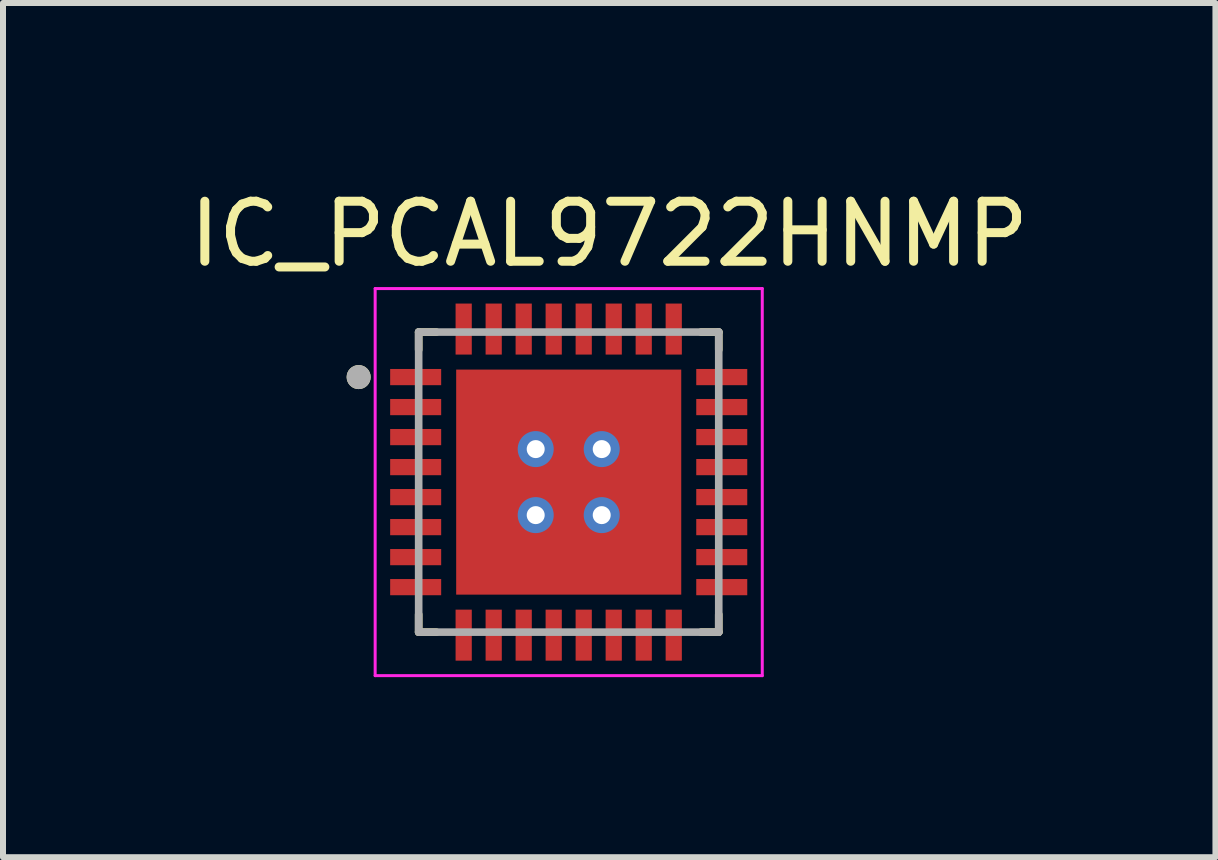
<source format=kicad_pcb>
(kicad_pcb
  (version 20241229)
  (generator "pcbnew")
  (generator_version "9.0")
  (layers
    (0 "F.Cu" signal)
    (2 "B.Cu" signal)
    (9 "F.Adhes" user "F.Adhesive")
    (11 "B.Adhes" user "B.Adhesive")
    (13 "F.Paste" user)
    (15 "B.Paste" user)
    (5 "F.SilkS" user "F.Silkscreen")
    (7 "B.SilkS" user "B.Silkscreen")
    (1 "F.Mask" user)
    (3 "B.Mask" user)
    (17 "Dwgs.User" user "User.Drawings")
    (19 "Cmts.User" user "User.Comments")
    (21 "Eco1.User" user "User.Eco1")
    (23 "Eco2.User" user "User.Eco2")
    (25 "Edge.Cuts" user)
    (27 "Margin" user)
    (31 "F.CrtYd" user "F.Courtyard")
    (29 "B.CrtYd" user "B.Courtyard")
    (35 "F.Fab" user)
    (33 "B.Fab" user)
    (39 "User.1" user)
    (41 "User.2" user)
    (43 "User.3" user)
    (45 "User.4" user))
  (footprint "IC_PCAL9722HNMP"
    (layer "F.Cu")
    (at 6.426 4.983)
    (property "Reference" "IC_PCAL9722HNMP" (at 0.675 -4.135 0) (layer "F.SilkS") (effects (font (size 1 1) (thickness 0.15))))
    (attr smd)
    (fp_line (start -2.5 -2.5) (end -2.205 -2.5) (stroke (width 0.127) (type solid)) (layer "F.SilkS"))
    (fp_line (start -2.5 -2.205) (end -2.5 -2.5) (stroke (width 0.127) (type solid)) (layer "F.SilkS"))
    (fp_line (start -2.5 2.5) (end -2.5 2.205) (stroke (width 0.127) (type solid)) (layer "F.SilkS"))
    (fp_line (start -2.205 2.5) (end -2.5 2.5) (stroke (width 0.127) (type solid)) (layer "F.SilkS"))
    (fp_line (start 2.205 -2.5) (end 2.5 -2.5) (stroke (width 0.127) (type solid)) (layer "F.SilkS"))
    (fp_line (start 2.5 -2.5) (end 2.5 -2.205) (stroke (width 0.127) (type solid)) (layer "F.SilkS"))
    (fp_line (start 2.5 2.5) (end 2.205 2.5) (stroke (width 0.127) (type solid)) (layer "F.SilkS"))
    (fp_line (start 2.5 2.5) (end 2.5 2.205) (stroke (width 0.127) (type solid)) (layer "F.SilkS"))
    (fp_circle (center -3.5 -1.75) (end -3.4 -1.75) (stroke (width 0.2) (type solid)) (fill no) (layer "F.SilkS"))
    (fp_poly (pts (xy -0.8 -1.1) (xy -0.8 -1.084) (xy -0.802 -1.069) (xy -0.804 -1.053) (xy -0.807 -1.038) (xy -0.81 -1.022) (xy -0.815 -1.007) (xy -0.82 -0.992) (xy -0.826 -0.978) (xy -0.833 -0.964) (xy -0.84 -0.95) (xy -0.848 -0.937) (xy -0.857 -0.924) (xy -0.867 -0.911) (xy -0.877 -0.899) (xy -0.888 -0.888) (xy -0.899 -0.877) (xy -0.911 -0.867) (xy -0.924 -0.857) (xy -0.937 -0.848) (xy -0.95 -0.84) (xy -0.964 -0.833) (xy -0.978 -0.826) (xy -0.992 -0.82) (xy -1.007 -0.815) (xy -1.022 -0.81) (xy -1.038 -0.807) (xy -1.053 -0.804) (xy -1.069 -0.802) (xy -1.084 -0.8) (xy -1.1 -0.8) (xy -1.116 -0.8) (xy -1.131 -0.802) (xy -1.147 -0.804) (xy -1.162 -0.807) (xy -1.178 -0.81) (xy -1.193 -0.815) (xy -1.208 -0.82) (xy -1.222 -0.826) (xy -1.236 -0.833) (xy -1.25 -0.84) (xy -1.263 -0.848) (xy -1.276 -0.857) (xy -1.289 -0.867) (xy -1.301 -0.877) (xy -1.312 -0.888) (xy -1.323 -0.899) (xy -1.333 -0.911) (xy -1.343 -0.924) (xy -1.352 -0.937) (xy -1.36 -0.95) (xy -1.367 -0.964) (xy -1.374 -0.978) (xy -1.38 -0.992) (xy -1.385 -1.007) (xy -1.39 -1.022) (xy -1.393 -1.038) (xy -1.396 -1.053) (xy -1.398 -1.069) (xy -1.4 -1.084) (xy -1.4 -1.1) (xy -1.4 -1.116) (xy -1.398 -1.131) (xy -1.396 -1.147) (xy -1.393 -1.162) (xy -1.39 -1.178) (xy -1.385 -1.193) (xy -1.38 -1.208) (xy -1.374 -1.222) (xy -1.367 -1.236) (xy -1.36 -1.25) (xy -1.352 -1.263) (xy -1.343 -1.276) (xy -1.333 -1.289) (xy -1.323 -1.301) (xy -1.312 -1.312) (xy -1.301 -1.323) (xy -1.289 -1.333) (xy -1.276 -1.343) (xy -1.263 -1.352) (xy -1.25 -1.36) (xy -1.236 -1.367) (xy -1.222 -1.374) (xy -1.208 -1.38) (xy -1.193 -1.385) (xy -1.178 -1.39) (xy -1.162 -1.393) (xy -1.147 -1.396) (xy -1.131 -1.398) (xy -1.116 -1.4) (xy -1.1 -1.4) (xy -1.084 -1.4) (xy -1.069 -1.398) (xy -1.053 -1.396) (xy -1.038 -1.393) (xy -1.022 -1.39) (xy -1.007 -1.385) (xy -0.992 -1.38) (xy -0.978 -1.374) (xy -0.964 -1.367) (xy -0.95 -1.36) (xy -0.937 -1.352) (xy -0.924 -1.343) (xy -0.911 -1.333) (xy -0.899 -1.323) (xy -0.888 -1.312) (xy -0.877 -1.301) (xy -0.867 -1.289) (xy -0.857 -1.276) (xy -0.848 -1.263) (xy -0.84 -1.25) (xy -0.833 -1.236) (xy -0.826 -1.222) (xy -0.82 -1.208) (xy -0.815 -1.193) (xy -0.81 -1.178) (xy -0.807 -1.162) (xy -0.804 -1.147) (xy -0.802 -1.131) (xy -0.8 -1.116) (xy -0.8 -1.1)) (stroke (width 0.01) (type solid)) (fill yes) (layer "F.Paste"))
    (fp_poly (pts (xy -0.8 0) (xy -0.8 0.016) (xy -0.802 0.031) (xy -0.804 0.047) (xy -0.807 0.062) (xy -0.81 0.078) (xy -0.815 0.093) (xy -0.82 0.108) (xy -0.826 0.122) (xy -0.833 0.136) (xy -0.84 0.15) (xy -0.848 0.163) (xy -0.857 0.176) (xy -0.867 0.189) (xy -0.877 0.201) (xy -0.888 0.212) (xy -0.899 0.223) (xy -0.911 0.233) (xy -0.924 0.243) (xy -0.937 0.252) (xy -0.95 0.26) (xy -0.964 0.267) (xy -0.978 0.274) (xy -0.992 0.28) (xy -1.007 0.285) (xy -1.022 0.29) (xy -1.038 0.293) (xy -1.053 0.296) (xy -1.069 0.298) (xy -1.084 0.3) (xy -1.1 0.3) (xy -1.116 0.3) (xy -1.131 0.298) (xy -1.147 0.296) (xy -1.162 0.293) (xy -1.178 0.29) (xy -1.193 0.285) (xy -1.208 0.28) (xy -1.222 0.274) (xy -1.236 0.267) (xy -1.25 0.26) (xy -1.263 0.252) (xy -1.276 0.243) (xy -1.289 0.233) (xy -1.301 0.223) (xy -1.312 0.212) (xy -1.323 0.201) (xy -1.333 0.189) (xy -1.343 0.176) (xy -1.352 0.163) (xy -1.36 0.15) (xy -1.367 0.136) (xy -1.374 0.122) (xy -1.38 0.108) (xy -1.385 0.093) (xy -1.39 0.078) (xy -1.393 0.062) (xy -1.396 0.047) (xy -1.398 0.031) (xy -1.4 0.016) (xy -1.4 0) (xy -1.4 -0.016) (xy -1.398 -0.031) (xy -1.396 -0.047) (xy -1.393 -0.062) (xy -1.39 -0.078) (xy -1.385 -0.093) (xy -1.38 -0.108) (xy -1.374 -0.122) (xy -1.367 -0.136) (xy -1.36 -0.15) (xy -1.352 -0.163) (xy -1.343 -0.176) (xy -1.333 -0.189) (xy -1.323 -0.201) (xy -1.312 -0.212) (xy -1.301 -0.223) (xy -1.289 -0.233) (xy -1.276 -0.243) (xy -1.263 -0.252) (xy -1.25 -0.26) (xy -1.236 -0.267) (xy -1.222 -0.274) (xy -1.208 -0.28) (xy -1.193 -0.285) (xy -1.178 -0.29) (xy -1.162 -0.293) (xy -1.147 -0.296) (xy -1.131 -0.298) (xy -1.116 -0.3) (xy -1.1 -0.3) (xy -1.084 -0.3) (xy -1.069 -0.298) (xy -1.053 -0.296) (xy -1.038 -0.293) (xy -1.022 -0.29) (xy -1.007 -0.285) (xy -0.992 -0.28) (xy -0.978 -0.274) (xy -0.964 -0.267) (xy -0.95 -0.26) (xy -0.937 -0.252) (xy -0.924 -0.243) (xy -0.911 -0.233) (xy -0.899 -0.223) (xy -0.888 -0.212) (xy -0.877 -0.201) (xy -0.867 -0.189) (xy -0.857 -0.176) (xy -0.848 -0.163) (xy -0.84 -0.15) (xy -0.833 -0.136) (xy -0.826 -0.122) (xy -0.82 -0.108) (xy -0.815 -0.093) (xy -0.81 -0.078) (xy -0.807 -0.062) (xy -0.804 -0.047) (xy -0.802 -0.031) (xy -0.8 -0.016) (xy -0.8 0)) (stroke (width 0.01) (type solid)) (fill yes) (layer "F.Paste"))
    (fp_poly (pts (xy -0.8 1.1) (xy -0.8 1.116) (xy -0.802 1.131) (xy -0.804 1.147) (xy -0.807 1.162) (xy -0.81 1.178) (xy -0.815 1.193) (xy -0.82 1.208) (xy -0.826 1.222) (xy -0.833 1.236) (xy -0.84 1.25) (xy -0.848 1.263) (xy -0.857 1.276) (xy -0.867 1.289) (xy -0.877 1.301) (xy -0.888 1.312) (xy -0.899 1.323) (xy -0.911 1.333) (xy -0.924 1.343) (xy -0.937 1.352) (xy -0.95 1.36) (xy -0.964 1.367) (xy -0.978 1.374) (xy -0.992 1.38) (xy -1.007 1.385) (xy -1.022 1.39) (xy -1.038 1.393) (xy -1.053 1.396) (xy -1.069 1.398) (xy -1.084 1.4) (xy -1.1 1.4) (xy -1.116 1.4) (xy -1.131 1.398) (xy -1.147 1.396) (xy -1.162 1.393) (xy -1.178 1.39) (xy -1.193 1.385) (xy -1.208 1.38) (xy -1.222 1.374) (xy -1.236 1.367) (xy -1.25 1.36) (xy -1.263 1.352) (xy -1.276 1.343) (xy -1.289 1.333) (xy -1.301 1.323) (xy -1.312 1.312) (xy -1.323 1.301) (xy -1.333 1.289) (xy -1.343 1.276) (xy -1.352 1.263) (xy -1.36 1.25) (xy -1.367 1.236) (xy -1.374 1.222) (xy -1.38 1.208) (xy -1.385 1.193) (xy -1.39 1.178) (xy -1.393 1.162) (xy -1.396 1.147) (xy -1.398 1.131) (xy -1.4 1.116) (xy -1.4 1.1) (xy -1.4 1.084) (xy -1.398 1.069) (xy -1.396 1.053) (xy -1.393 1.038) (xy -1.39 1.022) (xy -1.385 1.007) (xy -1.38 0.992) (xy -1.374 0.978) (xy -1.367 0.964) (xy -1.36 0.95) (xy -1.352 0.937) (xy -1.343 0.924) (xy -1.333 0.911) (xy -1.323 0.899) (xy -1.312 0.888) (xy -1.301 0.877) (xy -1.289 0.867) (xy -1.276 0.857) (xy -1.263 0.848) (xy -1.25 0.84) (xy -1.236 0.833) (xy -1.222 0.826) (xy -1.208 0.82) (xy -1.193 0.815) (xy -1.178 0.81) (xy -1.162 0.807) (xy -1.147 0.804) (xy -1.131 0.802) (xy -1.116 0.8) (xy -1.1 0.8) (xy -1.084 0.8) (xy -1.069 0.802) (xy -1.053 0.804) (xy -1.038 0.807) (xy -1.022 0.81) (xy -1.007 0.815) (xy -0.992 0.82) (xy -0.978 0.826) (xy -0.964 0.833) (xy -0.95 0.84) (xy -0.937 0.848) (xy -0.924 0.857) (xy -0.911 0.867) (xy -0.899 0.877) (xy -0.888 0.888) (xy -0.877 0.899) (xy -0.867 0.911) (xy -0.857 0.924) (xy -0.848 0.937) (xy -0.84 0.95) (xy -0.833 0.964) (xy -0.826 0.978) (xy -0.82 0.992) (xy -0.815 1.007) (xy -0.81 1.022) (xy -0.807 1.038) (xy -0.804 1.053) (xy -0.802 1.069) (xy -0.8 1.084) (xy -0.8 1.1)) (stroke (width 0.01) (type solid)) (fill yes) (layer "F.Paste"))
    (fp_poly (pts (xy 0.3 -1.1) (xy 0.3 -1.084) (xy 0.298 -1.069) (xy 0.296 -1.053) (xy 0.293 -1.038) (xy 0.29 -1.022) (xy 0.285 -1.007) (xy 0.28 -0.992) (xy 0.274 -0.978) (xy 0.267 -0.964) (xy 0.26 -0.95) (xy 0.252 -0.937) (xy 0.243 -0.924) (xy 0.233 -0.911) (xy 0.223 -0.899) (xy 0.212 -0.888) (xy 0.201 -0.877) (xy 0.189 -0.867) (xy 0.176 -0.857) (xy 0.163 -0.848) (xy 0.15 -0.84) (xy 0.136 -0.833) (xy 0.122 -0.826) (xy 0.108 -0.82) (xy 0.093 -0.815) (xy 0.078 -0.81) (xy 0.062 -0.807) (xy 0.047 -0.804) (xy 0.031 -0.802) (xy 0.016 -0.8) (xy 0 -0.8) (xy -0.016 -0.8) (xy -0.031 -0.802) (xy -0.047 -0.804) (xy -0.062 -0.807) (xy -0.078 -0.81) (xy -0.093 -0.815) (xy -0.108 -0.82) (xy -0.122 -0.826) (xy -0.136 -0.833) (xy -0.15 -0.84) (xy -0.163 -0.848) (xy -0.176 -0.857) (xy -0.189 -0.867) (xy -0.201 -0.877) (xy -0.212 -0.888) (xy -0.223 -0.899) (xy -0.233 -0.911) (xy -0.243 -0.924) (xy -0.252 -0.937) (xy -0.26 -0.95) (xy -0.267 -0.964) (xy -0.274 -0.978) (xy -0.28 -0.992) (xy -0.285 -1.007) (xy -0.29 -1.022) (xy -0.293 -1.038) (xy -0.296 -1.053) (xy -0.298 -1.069) (xy -0.3 -1.084) (xy -0.3 -1.1) (xy -0.3 -1.116) (xy -0.298 -1.131) (xy -0.296 -1.147) (xy -0.293 -1.162) (xy -0.29 -1.178) (xy -0.285 -1.193) (xy -0.28 -1.208) (xy -0.274 -1.222) (xy -0.267 -1.236) (xy -0.26 -1.25) (xy -0.252 -1.263) (xy -0.243 -1.276) (xy -0.233 -1.289) (xy -0.223 -1.301) (xy -0.212 -1.312) (xy -0.201 -1.323) (xy -0.189 -1.333) (xy -0.176 -1.343) (xy -0.163 -1.352) (xy -0.15 -1.36) (xy -0.136 -1.367) (xy -0.122 -1.374) (xy -0.108 -1.38) (xy -0.093 -1.385) (xy -0.078 -1.39) (xy -0.062 -1.393) (xy -0.047 -1.396) (xy -0.031 -1.398) (xy -0.016 -1.4) (xy 0 -1.4) (xy 0.016 -1.4) (xy 0.031 -1.398) (xy 0.047 -1.396) (xy 0.062 -1.393) (xy 0.078 -1.39) (xy 0.093 -1.385) (xy 0.108 -1.38) (xy 0.122 -1.374) (xy 0.136 -1.367) (xy 0.15 -1.36) (xy 0.163 -1.352) (xy 0.176 -1.343) (xy 0.189 -1.333) (xy 0.201 -1.323) (xy 0.212 -1.312) (xy 0.223 -1.301) (xy 0.233 -1.289) (xy 0.243 -1.276) (xy 0.252 -1.263) (xy 0.26 -1.25) (xy 0.267 -1.236) (xy 0.274 -1.222) (xy 0.28 -1.208) (xy 0.285 -1.193) (xy 0.29 -1.178) (xy 0.293 -1.162) (xy 0.296 -1.147) (xy 0.298 -1.131) (xy 0.3 -1.116) (xy 0.3 -1.1)) (stroke (width 0.01) (type solid)) (fill yes) (layer "F.Paste"))
    (fp_poly (pts (xy 0.3 0) (xy 0.3 0.016) (xy 0.298 0.031) (xy 0.296 0.047) (xy 0.293 0.062) (xy 0.29 0.078) (xy 0.285 0.093) (xy 0.28 0.108) (xy 0.274 0.122) (xy 0.267 0.136) (xy 0.26 0.15) (xy 0.252 0.163) (xy 0.243 0.176) (xy 0.233 0.189) (xy 0.223 0.201) (xy 0.212 0.212) (xy 0.201 0.223) (xy 0.189 0.233) (xy 0.176 0.243) (xy 0.163 0.252) (xy 0.15 0.26) (xy 0.136 0.267) (xy 0.122 0.274) (xy 0.108 0.28) (xy 0.093 0.285) (xy 0.078 0.29) (xy 0.062 0.293) (xy 0.047 0.296) (xy 0.031 0.298) (xy 0.016 0.3) (xy 0 0.3) (xy -0.016 0.3) (xy -0.031 0.298) (xy -0.047 0.296) (xy -0.062 0.293) (xy -0.078 0.29) (xy -0.093 0.285) (xy -0.108 0.28) (xy -0.122 0.274) (xy -0.136 0.267) (xy -0.15 0.26) (xy -0.163 0.252) (xy -0.176 0.243) (xy -0.189 0.233) (xy -0.201 0.223) (xy -0.212 0.212) (xy -0.223 0.201) (xy -0.233 0.189) (xy -0.243 0.176) (xy -0.252 0.163) (xy -0.26 0.15) (xy -0.267 0.136) (xy -0.274 0.122) (xy -0.28 0.108) (xy -0.285 0.093) (xy -0.29 0.078) (xy -0.293 0.062) (xy -0.296 0.047) (xy -0.298 0.031) (xy -0.3 0.016) (xy -0.3 0) (xy -0.3 -0.016) (xy -0.298 -0.031) (xy -0.296 -0.047) (xy -0.293 -0.062) (xy -0.29 -0.078) (xy -0.285 -0.093) (xy -0.28 -0.108) (xy -0.274 -0.122) (xy -0.267 -0.136) (xy -0.26 -0.15) (xy -0.252 -0.163) (xy -0.243 -0.176) (xy -0.233 -0.189) (xy -0.223 -0.201) (xy -0.212 -0.212) (xy -0.201 -0.223) (xy -0.189 -0.233) (xy -0.176 -0.243) (xy -0.163 -0.252) (xy -0.15 -0.26) (xy -0.136 -0.267) (xy -0.122 -0.274) (xy -0.108 -0.28) (xy -0.093 -0.285) (xy -0.078 -0.29) (xy -0.062 -0.293) (xy -0.047 -0.296) (xy -0.031 -0.298) (xy -0.016 -0.3) (xy 0 -0.3) (xy 0.016 -0.3) (xy 0.031 -0.298) (xy 0.047 -0.296) (xy 0.062 -0.293) (xy 0.078 -0.29) (xy 0.093 -0.285) (xy 0.108 -0.28) (xy 0.122 -0.274) (xy 0.136 -0.267) (xy 0.15 -0.26) (xy 0.163 -0.252) (xy 0.176 -0.243) (xy 0.189 -0.233) (xy 0.201 -0.223) (xy 0.212 -0.212) (xy 0.223 -0.201) (xy 0.233 -0.189) (xy 0.243 -0.176) (xy 0.252 -0.163) (xy 0.26 -0.15) (xy 0.267 -0.136) (xy 0.274 -0.122) (xy 0.28 -0.108) (xy 0.285 -0.093) (xy 0.29 -0.078) (xy 0.293 -0.062) (xy 0.296 -0.047) (xy 0.298 -0.031) (xy 0.3 -0.016) (xy 0.3 0)) (stroke (width 0.01) (type solid)) (fill yes) (layer "F.Paste"))
    (fp_poly (pts (xy 0.3 1.1) (xy 0.3 1.116) (xy 0.298 1.131) (xy 0.296 1.147) (xy 0.293 1.162) (xy 0.29 1.178) (xy 0.285 1.193) (xy 0.28 1.208) (xy 0.274 1.222) (xy 0.267 1.236) (xy 0.26 1.25) (xy 0.252 1.263) (xy 0.243 1.276) (xy 0.233 1.289) (xy 0.223 1.301) (xy 0.212 1.312) (xy 0.201 1.323) (xy 0.189 1.333) (xy 0.176 1.343) (xy 0.163 1.352) (xy 0.15 1.36) (xy 0.136 1.367) (xy 0.122 1.374) (xy 0.108 1.38) (xy 0.093 1.385) (xy 0.078 1.39) (xy 0.062 1.393) (xy 0.047 1.396) (xy 0.031 1.398) (xy 0.016 1.4) (xy 0 1.4) (xy -0.016 1.4) (xy -0.031 1.398) (xy -0.047 1.396) (xy -0.062 1.393) (xy -0.078 1.39) (xy -0.093 1.385) (xy -0.108 1.38) (xy -0.122 1.374) (xy -0.136 1.367) (xy -0.15 1.36) (xy -0.163 1.352) (xy -0.176 1.343) (xy -0.189 1.333) (xy -0.201 1.323) (xy -0.212 1.312) (xy -0.223 1.301) (xy -0.233 1.289) (xy -0.243 1.276) (xy -0.252 1.263) (xy -0.26 1.25) (xy -0.267 1.236) (xy -0.274 1.222) (xy -0.28 1.208) (xy -0.285 1.193) (xy -0.29 1.178) (xy -0.293 1.162) (xy -0.296 1.147) (xy -0.298 1.131) (xy -0.3 1.116) (xy -0.3 1.1) (xy -0.3 1.084) (xy -0.298 1.069) (xy -0.296 1.053) (xy -0.293 1.038) (xy -0.29 1.022) (xy -0.285 1.007) (xy -0.28 0.992) (xy -0.274 0.978) (xy -0.267 0.964) (xy -0.26 0.95) (xy -0.252 0.937) (xy -0.243 0.924) (xy -0.233 0.911) (xy -0.223 0.899) (xy -0.212 0.888) (xy -0.201 0.877) (xy -0.189 0.867) (xy -0.176 0.857) (xy -0.163 0.848) (xy -0.15 0.84) (xy -0.136 0.833) (xy -0.122 0.826) (xy -0.108 0.82) (xy -0.093 0.815) (xy -0.078 0.81) (xy -0.062 0.807) (xy -0.047 0.804) (xy -0.031 0.802) (xy -0.016 0.8) (xy 0 0.8) (xy 0.016 0.8) (xy 0.031 0.802) (xy 0.047 0.804) (xy 0.062 0.807) (xy 0.078 0.81) (xy 0.093 0.815) (xy 0.108 0.82) (xy 0.122 0.826) (xy 0.136 0.833) (xy 0.15 0.84) (xy 0.163 0.848) (xy 0.176 0.857) (xy 0.189 0.867) (xy 0.201 0.877) (xy 0.212 0.888) (xy 0.223 0.899) (xy 0.233 0.911) (xy 0.243 0.924) (xy 0.252 0.937) (xy 0.26 0.95) (xy 0.267 0.964) (xy 0.274 0.978) (xy 0.28 0.992) (xy 0.285 1.007) (xy 0.29 1.022) (xy 0.293 1.038) (xy 0.296 1.053) (xy 0.298 1.069) (xy 0.3 1.084) (xy 0.3 1.1)) (stroke (width 0.01) (type solid)) (fill yes) (layer "F.Paste"))
    (fp_poly (pts (xy 1.4 -1.1) (xy 1.4 -1.084) (xy 1.398 -1.069) (xy 1.396 -1.053) (xy 1.393 -1.038) (xy 1.39 -1.022) (xy 1.385 -1.007) (xy 1.38 -0.992) (xy 1.374 -0.978) (xy 1.367 -0.964) (xy 1.36 -0.95) (xy 1.352 -0.937) (xy 1.343 -0.924) (xy 1.333 -0.911) (xy 1.323 -0.899) (xy 1.312 -0.888) (xy 1.301 -0.877) (xy 1.289 -0.867) (xy 1.276 -0.857) (xy 1.263 -0.848) (xy 1.25 -0.84) (xy 1.236 -0.833) (xy 1.222 -0.826) (xy 1.208 -0.82) (xy 1.193 -0.815) (xy 1.178 -0.81) (xy 1.162 -0.807) (xy 1.147 -0.804) (xy 1.131 -0.802) (xy 1.116 -0.8) (xy 1.1 -0.8) (xy 1.084 -0.8) (xy 1.069 -0.802) (xy 1.053 -0.804) (xy 1.038 -0.807) (xy 1.022 -0.81) (xy 1.007 -0.815) (xy 0.992 -0.82) (xy 0.978 -0.826) (xy 0.964 -0.833) (xy 0.95 -0.84) (xy 0.937 -0.848) (xy 0.924 -0.857) (xy 0.911 -0.867) (xy 0.899 -0.877) (xy 0.888 -0.888) (xy 0.877 -0.899) (xy 0.867 -0.911) (xy 0.857 -0.924) (xy 0.848 -0.937) (xy 0.84 -0.95) (xy 0.833 -0.964) (xy 0.826 -0.978) (xy 0.82 -0.992) (xy 0.815 -1.007) (xy 0.81 -1.022) (xy 0.807 -1.038) (xy 0.804 -1.053) (xy 0.802 -1.069) (xy 0.8 -1.084) (xy 0.8 -1.1) (xy 0.8 -1.116) (xy 0.802 -1.131) (xy 0.804 -1.147) (xy 0.807 -1.162) (xy 0.81 -1.178) (xy 0.815 -1.193) (xy 0.82 -1.208) (xy 0.826 -1.222) (xy 0.833 -1.236) (xy 0.84 -1.25) (xy 0.848 -1.263) (xy 0.857 -1.276) (xy 0.867 -1.289) (xy 0.877 -1.301) (xy 0.888 -1.312) (xy 0.899 -1.323) (xy 0.911 -1.333) (xy 0.924 -1.343) (xy 0.937 -1.352) (xy 0.95 -1.36) (xy 0.964 -1.367) (xy 0.978 -1.374) (xy 0.992 -1.38) (xy 1.007 -1.385) (xy 1.022 -1.39) (xy 1.038 -1.393) (xy 1.053 -1.396) (xy 1.069 -1.398) (xy 1.084 -1.4) (xy 1.1 -1.4) (xy 1.116 -1.4) (xy 1.131 -1.398) (xy 1.147 -1.396) (xy 1.162 -1.393) (xy 1.178 -1.39) (xy 1.193 -1.385) (xy 1.208 -1.38) (xy 1.222 -1.374) (xy 1.236 -1.367) (xy 1.25 -1.36) (xy 1.263 -1.352) (xy 1.276 -1.343) (xy 1.289 -1.333) (xy 1.301 -1.323) (xy 1.312 -1.312) (xy 1.323 -1.301) (xy 1.333 -1.289) (xy 1.343 -1.276) (xy 1.352 -1.263) (xy 1.36 -1.25) (xy 1.367 -1.236) (xy 1.374 -1.222) (xy 1.38 -1.208) (xy 1.385 -1.193) (xy 1.39 -1.178) (xy 1.393 -1.162) (xy 1.396 -1.147) (xy 1.398 -1.131) (xy 1.4 -1.116) (xy 1.4 -1.1)) (stroke (width 0.01) (type solid)) (fill yes) (layer "F.Paste"))
    (fp_poly (pts (xy 1.4 0) (xy 1.4 0.016) (xy 1.398 0.031) (xy 1.396 0.047) (xy 1.393 0.062) (xy 1.39 0.078) (xy 1.385 0.093) (xy 1.38 0.108) (xy 1.374 0.122) (xy 1.367 0.136) (xy 1.36 0.15) (xy 1.352 0.163) (xy 1.343 0.176) (xy 1.333 0.189) (xy 1.323 0.201) (xy 1.312 0.212) (xy 1.301 0.223) (xy 1.289 0.233) (xy 1.276 0.243) (xy 1.263 0.252) (xy 1.25 0.26) (xy 1.236 0.267) (xy 1.222 0.274) (xy 1.208 0.28) (xy 1.193 0.285) (xy 1.178 0.29) (xy 1.162 0.293) (xy 1.147 0.296) (xy 1.131 0.298) (xy 1.116 0.3) (xy 1.1 0.3) (xy 1.084 0.3) (xy 1.069 0.298) (xy 1.053 0.296) (xy 1.038 0.293) (xy 1.022 0.29) (xy 1.007 0.285) (xy 0.992 0.28) (xy 0.978 0.274) (xy 0.964 0.267) (xy 0.95 0.26) (xy 0.937 0.252) (xy 0.924 0.243) (xy 0.911 0.233) (xy 0.899 0.223) (xy 0.888 0.212) (xy 0.877 0.201) (xy 0.867 0.189) (xy 0.857 0.176) (xy 0.848 0.163) (xy 0.84 0.15) (xy 0.833 0.136) (xy 0.826 0.122) (xy 0.82 0.108) (xy 0.815 0.093) (xy 0.81 0.078) (xy 0.807 0.062) (xy 0.804 0.047) (xy 0.802 0.031) (xy 0.8 0.016) (xy 0.8 0) (xy 0.8 -0.016) (xy 0.802 -0.031) (xy 0.804 -0.047) (xy 0.807 -0.062) (xy 0.81 -0.078) (xy 0.815 -0.093) (xy 0.82 -0.108) (xy 0.826 -0.122) (xy 0.833 -0.136) (xy 0.84 -0.15) (xy 0.848 -0.163) (xy 0.857 -0.176) (xy 0.867 -0.189) (xy 0.877 -0.201) (xy 0.888 -0.212) (xy 0.899 -0.223) (xy 0.911 -0.233) (xy 0.924 -0.243) (xy 0.937 -0.252) (xy 0.95 -0.26) (xy 0.964 -0.267) (xy 0.978 -0.274) (xy 0.992 -0.28) (xy 1.007 -0.285) (xy 1.022 -0.29) (xy 1.038 -0.293) (xy 1.053 -0.296) (xy 1.069 -0.298) (xy 1.084 -0.3) (xy 1.1 -0.3) (xy 1.116 -0.3) (xy 1.131 -0.298) (xy 1.147 -0.296) (xy 1.162 -0.293) (xy 1.178 -0.29) (xy 1.193 -0.285) (xy 1.208 -0.28) (xy 1.222 -0.274) (xy 1.236 -0.267) (xy 1.25 -0.26) (xy 1.263 -0.252) (xy 1.276 -0.243) (xy 1.289 -0.233) (xy 1.301 -0.223) (xy 1.312 -0.212) (xy 1.323 -0.201) (xy 1.333 -0.189) (xy 1.343 -0.176) (xy 1.352 -0.163) (xy 1.36 -0.15) (xy 1.367 -0.136) (xy 1.374 -0.122) (xy 1.38 -0.108) (xy 1.385 -0.093) (xy 1.39 -0.078) (xy 1.393 -0.062) (xy 1.396 -0.047) (xy 1.398 -0.031) (xy 1.4 -0.016) (xy 1.4 0)) (stroke (width 0.01) (type solid)) (fill yes) (layer "F.Paste"))
    (fp_poly (pts (xy 1.4 1.1) (xy 1.4 1.116) (xy 1.398 1.131) (xy 1.396 1.147) (xy 1.393 1.162) (xy 1.39 1.178) (xy 1.385 1.193) (xy 1.38 1.208) (xy 1.374 1.222) (xy 1.367 1.236) (xy 1.36 1.25) (xy 1.352 1.263) (xy 1.343 1.276) (xy 1.333 1.289) (xy 1.323 1.301) (xy 1.312 1.312) (xy 1.301 1.323) (xy 1.289 1.333) (xy 1.276 1.343) (xy 1.263 1.352) (xy 1.25 1.36) (xy 1.236 1.367) (xy 1.222 1.374) (xy 1.208 1.38) (xy 1.193 1.385) (xy 1.178 1.39) (xy 1.162 1.393) (xy 1.147 1.396) (xy 1.131 1.398) (xy 1.116 1.4) (xy 1.1 1.4) (xy 1.084 1.4) (xy 1.069 1.398) (xy 1.053 1.396) (xy 1.038 1.393) (xy 1.022 1.39) (xy 1.007 1.385) (xy 0.992 1.38) (xy 0.978 1.374) (xy 0.964 1.367) (xy 0.95 1.36) (xy 0.937 1.352) (xy 0.924 1.343) (xy 0.911 1.333) (xy 0.899 1.323) (xy 0.888 1.312) (xy 0.877 1.301) (xy 0.867 1.289) (xy 0.857 1.276) (xy 0.848 1.263) (xy 0.84 1.25) (xy 0.833 1.236) (xy 0.826 1.222) (xy 0.82 1.208) (xy 0.815 1.193) (xy 0.81 1.178) (xy 0.807 1.162) (xy 0.804 1.147) (xy 0.802 1.131) (xy 0.8 1.116) (xy 0.8 1.1) (xy 0.8 1.084) (xy 0.802 1.069) (xy 0.804 1.053) (xy 0.807 1.038) (xy 0.81 1.022) (xy 0.815 1.007) (xy 0.82 0.992) (xy 0.826 0.978) (xy 0.833 0.964) (xy 0.84 0.95) (xy 0.848 0.937) (xy 0.857 0.924) (xy 0.867 0.911) (xy 0.877 0.899) (xy 0.888 0.888) (xy 0.899 0.877) (xy 0.911 0.867) (xy 0.924 0.857) (xy 0.937 0.848) (xy 0.95 0.84) (xy 0.964 0.833) (xy 0.978 0.826) (xy 0.992 0.82) (xy 1.007 0.815) (xy 1.022 0.81) (xy 1.038 0.807) (xy 1.053 0.804) (xy 1.069 0.802) (xy 1.084 0.8) (xy 1.1 0.8) (xy 1.116 0.8) (xy 1.131 0.802) (xy 1.147 0.804) (xy 1.162 0.807) (xy 1.178 0.81) (xy 1.193 0.815) (xy 1.208 0.82) (xy 1.222 0.826) (xy 1.236 0.833) (xy 1.25 0.84) (xy 1.263 0.848) (xy 1.276 0.857) (xy 1.289 0.867) (xy 1.301 0.877) (xy 1.312 0.888) (xy 1.323 0.899) (xy 1.333 0.911) (xy 1.343 0.924) (xy 1.352 0.937) (xy 1.36 0.95) (xy 1.367 0.964) (xy 1.374 0.978) (xy 1.38 0.992) (xy 1.385 1.007) (xy 1.39 1.022) (xy 1.393 1.038) (xy 1.396 1.053) (xy 1.398 1.069) (xy 1.4 1.084) (xy 1.4 1.1)) (stroke (width 0.01) (type solid)) (fill yes) (layer "F.Paste"))
    (fp_line (start -3.225 -3.225) (end -3.225 3.225) (stroke (width 0.05) (type solid)) (layer "F.CrtYd"))
    (fp_line (start -3.225 3.225) (end 3.225 3.225) (stroke (width 0.05) (type solid)) (layer "F.CrtYd"))
    (fp_line (start 3.225 -3.225) (end -3.225 -3.225) (stroke (width 0.05) (type solid)) (layer "F.CrtYd"))
    (fp_line (start 3.225 3.225) (end 3.225 -3.225) (stroke (width 0.05) (type solid)) (layer "F.CrtYd"))
    (fp_line (start -2.5 -2.5) (end 2.5 -2.5) (stroke (width 0.127) (type solid)) (layer "F.Fab"))
    (fp_line (start -2.5 2.5) (end -2.5 -2.5) (stroke (width 0.127) (type solid)) (layer "F.Fab"))
    (fp_line (start 2.5 -2.5) (end 2.5 2.5) (stroke (width 0.127) (type solid)) (layer "F.Fab"))
    (fp_line (start 2.5 2.5) (end -2.5 2.5) (stroke (width 0.127) (type solid)) (layer "F.Fab"))
    (fp_circle (center -3.5 -1.75) (end -3.4 -1.75) (stroke (width 0.2) (type solid)) (fill no) (layer "F.Fab"))
    (pad "1" smd rect (at -2.55 -1.75) (size 0.85 0.27) (layers "F.Cu" "F.Mask" "F.Paste"))
    (pad "2" smd rect (at -2.55 -1.25) (size 0.85 0.27) (layers "F.Cu" "F.Mask" "F.Paste"))
    (pad "3" smd rect (at -2.55 -0.75) (size 0.85 0.27) (layers "F.Cu" "F.Mask" "F.Paste"))
    (pad "4" smd rect (at -2.55 -0.25) (size 0.85 0.27) (layers "F.Cu" "F.Mask" "F.Paste"))
    (pad "5" smd rect (at -2.55 0.25) (size 0.85 0.27) (layers "F.Cu" "F.Mask" "F.Paste"))
    (pad "6" smd rect (at -2.55 0.75) (size 0.85 0.27) (layers "F.Cu" "F.Mask" "F.Paste"))
    (pad "7" smd rect (at -2.55 1.25) (size 0.85 0.27) (layers "F.Cu" "F.Mask" "F.Paste"))
    (pad "8" smd rect (at -2.55 1.75) (size 0.85 0.27) (layers "F.Cu" "F.Mask" "F.Paste"))
    (pad "9" smd rect (at -1.75 2.55) (size 0.27 0.85) (layers "F.Cu" "F.Mask" "F.Paste"))
    (pad "10" smd rect (at -1.25 2.55) (size 0.27 0.85) (layers "F.Cu" "F.Mask" "F.Paste"))
    (pad "11" smd rect (at -0.75 2.55) (size 0.27 0.85) (layers "F.Cu" "F.Mask" "F.Paste"))
    (pad "12" smd rect (at -0.25 2.55) (size 0.27 0.85) (layers "F.Cu" "F.Mask" "F.Paste"))
    (pad "13" smd rect (at 0.25 2.55) (size 0.27 0.85) (layers "F.Cu" "F.Mask" "F.Paste"))
    (pad "14" smd rect (at 0.75 2.55) (size 0.27 0.85) (layers "F.Cu" "F.Mask" "F.Paste"))
    (pad "15" smd rect (at 1.25 2.55) (size 0.27 0.85) (layers "F.Cu" "F.Mask" "F.Paste"))
    (pad "16" smd rect (at 1.75 2.55) (size 0.27 0.85) (layers "F.Cu" "F.Mask" "F.Paste"))
    (pad "17" smd rect (at 2.55 1.75) (size 0.85 0.27) (layers "F.Cu" "F.Mask" "F.Paste"))
    (pad "18" smd rect (at 2.55 1.25) (size 0.85 0.27) (layers "F.Cu" "F.Mask" "F.Paste"))
    (pad "19" smd rect (at 2.55 0.75) (size 0.85 0.27) (layers "F.Cu" "F.Mask" "F.Paste"))
    (pad "20" smd rect (at 2.55 0.25) (size 0.85 0.27) (layers "F.Cu" "F.Mask" "F.Paste"))
    (pad "21" smd rect (at 2.55 -0.25) (size 0.85 0.27) (layers "F.Cu" "F.Mask" "F.Paste"))
    (pad "22" smd rect (at 2.55 -0.75) (size 0.85 0.27) (layers "F.Cu" "F.Mask" "F.Paste"))
    (pad "23" smd rect (at 2.55 -1.25) (size 0.85 0.27) (layers "F.Cu" "F.Mask" "F.Paste"))
    (pad "24" smd rect (at 2.55 -1.75) (size 0.85 0.27) (layers "F.Cu" "F.Mask" "F.Paste"))
    (pad "25" smd rect (at 1.75 -2.55) (size 0.27 0.85) (layers "F.Cu" "F.Mask" "F.Paste"))
    (pad "26" smd rect (at 1.25 -2.55) (size 0.27 0.85) (layers "F.Cu" "F.Mask" "F.Paste"))
    (pad "27" smd rect (at 0.75 -2.55) (size 0.27 0.85) (layers "F.Cu" "F.Mask" "F.Paste"))
    (pad "28" smd rect (at 0.25 -2.55) (size 0.27 0.85) (layers "F.Cu" "F.Mask" "F.Paste"))
    (pad "29" smd rect (at -0.25 -2.55) (size 0.27 0.85) (layers "F.Cu" "F.Mask" "F.Paste"))
    (pad "30" smd rect (at -0.75 -2.55) (size 0.27 0.85) (layers "F.Cu" "F.Mask" "F.Paste"))
    (pad "31" smd rect (at -1.25 -2.55) (size 0.27 0.85) (layers "F.Cu" "F.Mask" "F.Paste"))
    (pad "32" smd rect (at -1.75 -2.55) (size 0.27 0.85) (layers "F.Cu" "F.Mask" "F.Paste"))
    (pad "33" smd rect (at 0 0) (size 3.75 3.75) (layers "F.Cu" "F.Mask"))
    (pad "34" thru_hole circle (at -0.55 -0.55) (size 0.6 0.6) (drill 0.3) (layers "*.Cu"))
    (pad "35" thru_hole circle (at 0.55 -0.55) (size 0.6 0.6) (drill 0.3) (layers "*.Cu"))
    (pad "36" thru_hole circle (at -0.55 0.55) (size 0.6 0.6) (drill 0.3) (layers "*.Cu"))
    (pad "37" thru_hole circle (at 0.55 0.55) (size 0.6 0.6) (drill 0.3) (layers "*.Cu")))
  (gr_rect
    (start -3 -3)
    (end 17.202 11.233)
    (stroke (width 0.1) (type default))
    (fill no)
    (layer "Edge.Cuts")))
</source>
